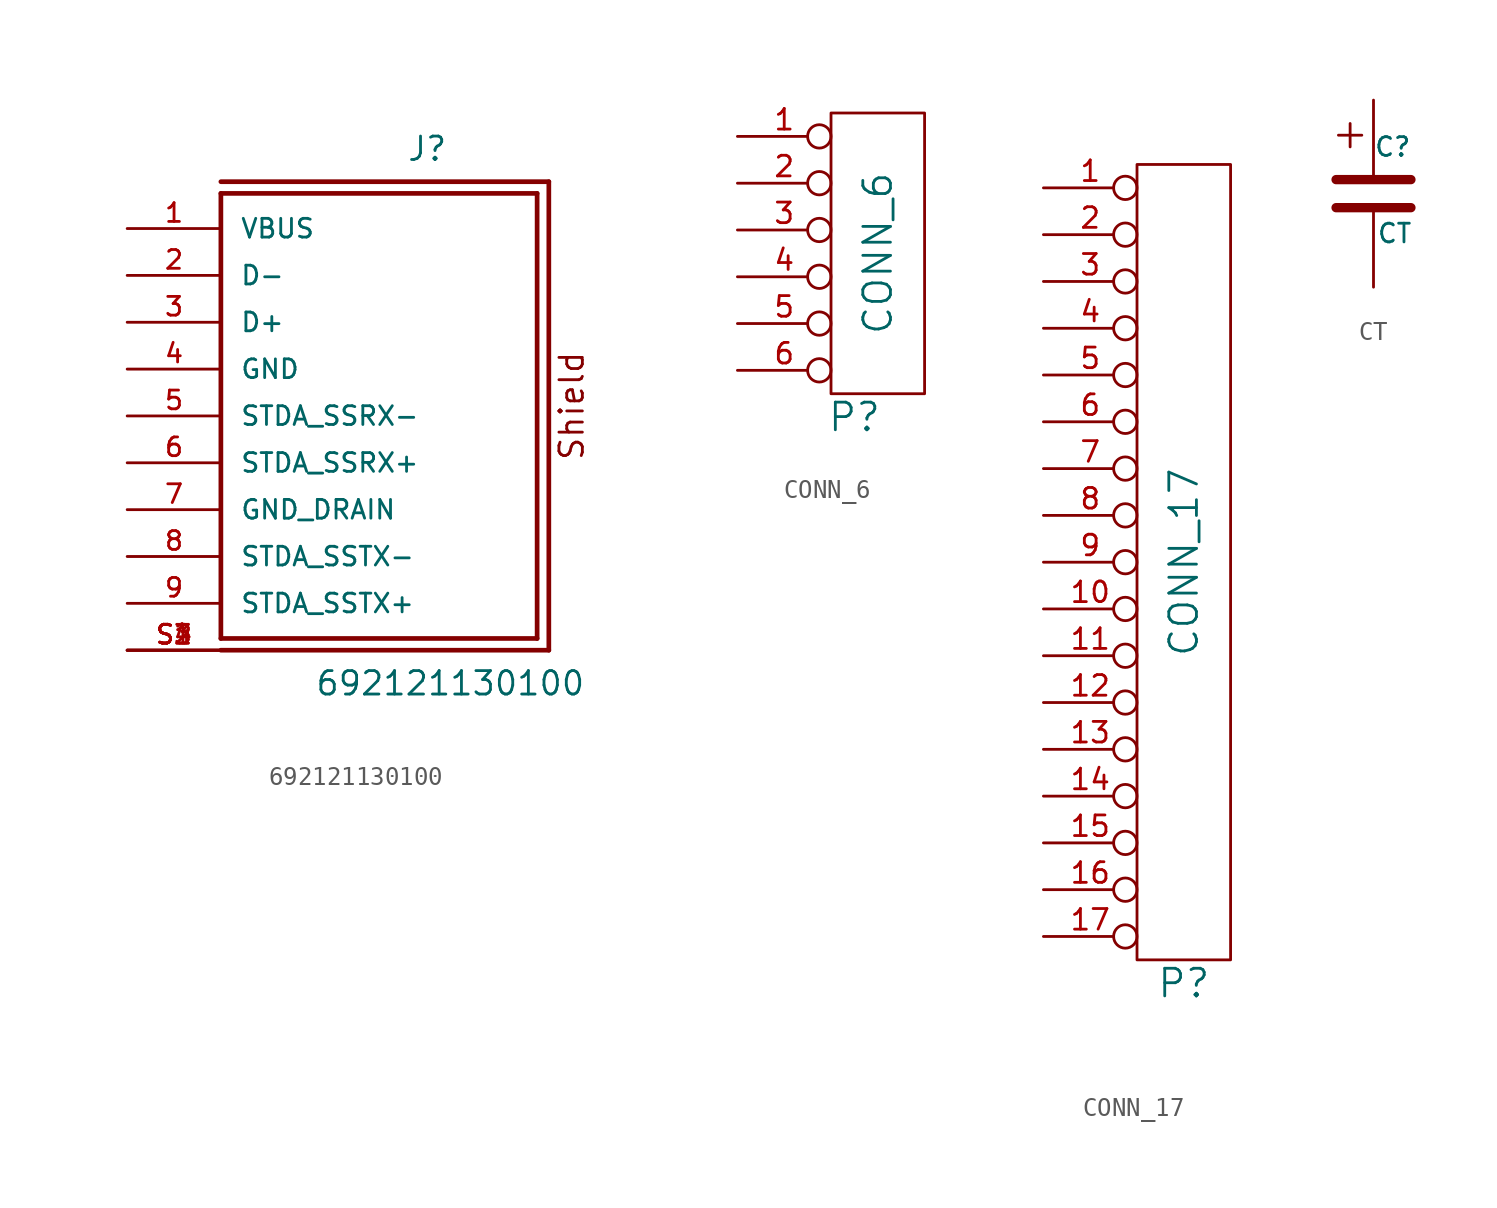
<source format=kicad_sym>
(kicad_symbol_lib
  (version 20201005)
  (generator kicad_symbol_editor)
  (symbol "692121130100"
    (pin_names
      (offset 1.016))
    (property "Reference" "J"
      (at -0.102 13.741 0)
      (effects (font (size 1.27 1.27)) (justify left bottom)))
    (property "Value" "692121130100"
      (at -5.08 -15.24 0)
      (effects (font (size 1.27 1.27)) (justify left bottom)))
    (property "ki_locked" ""
      (at 0 0 0)
      (effects (font (size 1.27 1.27))))
    (symbol "692121130100_0_0"
      (text "Shield" (at 9.601 -2.489 900) (effects (font (size 1.27 1.27)) (justify left bottom)))
      (polyline (pts (xy -10.16 -12.065) (xy -10.16 12.065)) (stroke (width 0.254)) (fill (type none)))
      (polyline (pts (xy -10.16 12.065) (xy 6.985 12.065)) (stroke (width 0.254)) (fill (type none)))
      (polyline (pts (xy 6.985 -12.065) (xy -10.16 -12.065)) (stroke (width 0.254)) (fill (type none)))
      (polyline (pts (xy 6.985 12.065) (xy 6.985 -12.065)) (stroke (width 0.254)) (fill (type none)))
      (polyline (pts (xy 7.62 -12.7) (xy -10.16 -12.7)) (stroke (width 0.254)) (fill (type none)))
      (polyline (pts (xy 7.62 12.7) (xy -10.16 12.7)) (stroke (width 0.254)) (fill (type none)))
      (polyline (pts (xy 7.62 12.7) (xy 7.62 -12.7)) (stroke (width 0.254)) (fill (type none)))
      (pin bidirectional line (at -15.24 10.16 0) (length 5.08) (name "VBUS" (effects (font (size 1.016 1.016)))) (number "1" (effects (font (size 1.016 1.016)))))
      (pin bidirectional line (at -15.24 7.62 0) (length 5.08) (name "D-" (effects (font (size 1.016 1.016)))) (number "2" (effects (font (size 1.016 1.016)))))
      (pin bidirectional line (at -15.24 5.08 0) (length 5.08) (name "D+" (effects (font (size 1.016 1.016)))) (number "3" (effects (font (size 1.016 1.016)))))
      (pin bidirectional line (at -15.24 2.54 0) (length 5.08) (name "GND" (effects (font (size 1.016 1.016)))) (number "4" (effects (font (size 1.016 1.016)))))
      (pin bidirectional line (at -15.24 0 0) (length 5.08) (name "STDA_SSRX-" (effects (font (size 1.016 1.016)))) (number "5" (effects (font (size 1.016 1.016)))))
      (pin bidirectional line (at -15.24 -2.54 0) (length 5.08) (name "STDA_SSRX+" (effects (font (size 1.016 1.016)))) (number "6" (effects (font (size 1.016 1.016)))))
      (pin bidirectional line (at -15.24 -5.08 0) (length 5.08) (name "GND_DRAIN" (effects (font (size 1.016 1.016)))) (number "7" (effects (font (size 1.016 1.016)))))
      (pin bidirectional line (at -15.24 -7.62 0) (length 5.08) (name "STDA_SSTX-" (effects (font (size 1.016 1.016)))) (number "8" (effects (font (size 1.016 1.016)))))
      (pin bidirectional line (at -15.24 -10.16 0) (length 5.08) (name "STDA_SSTX+" (effects (font (size 1.016 1.016)))) (number "9" (effects (font (size 1.016 1.016)))))
      (pin bidirectional line (at -15.24 -12.7 0) (length 5.08) (name "~" (effects (font (size 1.016 1.016)))) (number "S1" (effects (font (size 1.016 1.016)))))
      (pin bidirectional line (at -15.24 -12.7 0) (length 5.08) (name "~" (effects (font (size 1.016 1.016)))) (number "S2" (effects (font (size 1.016 1.016)))))
      (pin bidirectional line (at -15.24 -12.7 0) (length 5.08) (name "~" (effects (font (size 1.016 1.016)))) (number "S3" (effects (font (size 1.016 1.016)))))
      (pin bidirectional line (at -15.24 -12.7 0) (length 5.08) (name "~" (effects (font (size 1.016 1.016)))) (number "S4" (effects (font (size 1.016 1.016)))))))
  (symbol "CONN_6"
    (pin_names
      (offset 1.016))
    (property "Reference" "P"
      (at -1.27 -8.89 0)
      (effects (font (size 1.499 1.499))))
    (property "Value" "CONN_6"
      (at 0 0 90)
      (effects (font (size 1.499 1.499))))
    (property "Footprint" ""
      (at 0 0 0)
      (effects (font (size 1.524 1.524))))
    (property "Datasheet" ""
      (at 0 0 0)
      (effects (font (size 1.524 1.524))))
    (symbol "CONN_6_0_1"
      (rectangle (start -2.54 -7.62) (end 2.54 7.62) (stroke (width 0)) (fill (type none))))
    (symbol "CONN_6_1_1"
      (pin passive inverted (at -7.62 6.35 0) (length 5.08) (name "~" (effects (font (size 1.118 1.118)))) (number "1" (effects (font (size 1.118 1.118)))))
      (pin passive inverted (at -7.62 3.81 0) (length 5.08) (name "~" (effects (font (size 1.118 1.118)))) (number "2" (effects (font (size 1.118 1.118)))))
      (pin passive inverted (at -7.62 1.27 0) (length 5.08) (name "~" (effects (font (size 1.118 1.118)))) (number "3" (effects (font (size 1.118 1.118)))))
      (pin passive inverted (at -7.62 -1.27 0) (length 5.08) (name "~" (effects (font (size 1.118 1.118)))) (number "4" (effects (font (size 1.118 1.118)))))
      (pin passive inverted (at -7.62 -3.81 0) (length 5.08) (name "~" (effects (font (size 1.118 1.118)))) (number "5" (effects (font (size 1.118 1.118)))))
      (pin passive inverted (at -7.62 -6.35 0) (length 5.08) (name "~" (effects (font (size 1.118 1.118)))) (number "6" (effects (font (size 1.118 1.118)))))))
  (symbol "CONN_17"
    (pin_names
      (offset 1.016))
    (property "Reference" "P"
      (at 0 -22.86 0)
      (effects (font (size 1.499 1.499))))
    (property "Value" "CONN_17"
      (at 0 0 90)
      (effects (font (size 1.499 1.499))))
    (property "Footprint" ""
      (at 0 8.89 0)
      (effects (font (size 1.524 1.524))))
    (property "Datasheet" ""
      (at 0 8.89 0)
      (effects (font (size 1.524 1.524))))
    (symbol "CONN_17_0_1"
      (rectangle (start -2.54 -21.59) (end 2.54 21.59) (stroke (width 0)) (fill (type none))))
    (symbol "CONN_17_1_1"
      (pin passive inverted (at -7.62 20.32 0) (length 5.08) (name "~" (effects (font (size 1.118 1.118)))) (number "1" (effects (font (size 1.118 1.118)))))
      (pin passive inverted (at -7.62 -2.54 0) (length 5.08) (name "~" (effects (font (size 1.118 1.118)))) (number "10" (effects (font (size 1.118 1.118)))))
      (pin passive inverted (at -7.62 -5.08 0) (length 5.08) (name "~" (effects (font (size 1.118 1.118)))) (number "11" (effects (font (size 1.118 1.118)))))
      (pin passive inverted (at -7.62 -7.62 0) (length 5.08) (name "~" (effects (font (size 1.118 1.118)))) (number "12" (effects (font (size 1.118 1.118)))))
      (pin passive inverted (at -7.62 -10.16 0) (length 5.08) (name "~" (effects (font (size 1.118 1.118)))) (number "13" (effects (font (size 1.118 1.118)))))
      (pin passive inverted (at -7.62 -12.7 0) (length 5.08) (name "~" (effects (font (size 1.118 1.118)))) (number "14" (effects (font (size 1.118 1.118)))))
      (pin passive inverted (at -7.62 -15.24 0) (length 5.08) (name "~" (effects (font (size 1.118 1.118)))) (number "15" (effects (font (size 1.118 1.118)))))
      (pin passive inverted (at -7.62 -17.78 0) (length 5.08) (name "~" (effects (font (size 1.118 1.118)))) (number "16" (effects (font (size 1.118 1.118)))))
      (pin passive inverted (at -7.62 -20.32 0) (length 5.08) (name "~" (effects (font (size 1.118 1.118)))) (number "17" (effects (font (size 1.118 1.118)))))
      (pin passive inverted (at -7.62 17.78 0) (length 5.08) (name "~" (effects (font (size 1.118 1.118)))) (number "2" (effects (font (size 1.118 1.118)))))
      (pin passive inverted (at -7.62 15.24 0) (length 5.08) (name "~" (effects (font (size 1.118 1.118)))) (number "3" (effects (font (size 1.118 1.118)))))
      (pin passive inverted (at -7.62 12.7 0) (length 5.08) (name "~" (effects (font (size 1.118 1.118)))) (number "4" (effects (font (size 1.118 1.118)))))
      (pin passive inverted (at -7.62 10.16 0) (length 5.08) (name "~" (effects (font (size 1.118 1.118)))) (number "5" (effects (font (size 1.118 1.118)))))
      (pin passive inverted (at -7.62 7.62 0) (length 5.08) (name "~" (effects (font (size 1.118 1.118)))) (number "6" (effects (font (size 1.118 1.118)))))
      (pin passive inverted (at -7.62 5.08 0) (length 5.08) (name "~" (effects (font (size 1.118 1.118)))) (number "7" (effects (font (size 1.118 1.118)))))
      (pin passive inverted (at -7.62 2.54 0) (length 5.08) (name "~" (effects (font (size 1.118 1.118)))) (number "8" (effects (font (size 1.118 1.118)))))
      (pin passive inverted (at -7.62 0 0) (length 5.08) (name "~" (effects (font (size 1.118 1.118)))) (number "9" (effects (font (size 1.118 1.118)))))))
  (symbol "CT"
    (pin_numbers hide)
    (pin_names
      (offset 0.254))
    (property "Reference" "C"
      (at 0 2.54 0)
      (effects (font (size 1.016 1.016)) (justify left)))
    (property "Value" "CT"
      (at 0.152 -2.159 0)
      (effects (font (size 1.016 1.016)) (justify left)))
    (property "Footprint" ""
      (at 0.965 -3.81 0)
      (effects (font (size 0.762 0.762))))
    (property "Datasheet" ""
      (at 0 0 0)
      (effects (font (size 1.524 1.524))))
    (symbol "CT_0_1"
      (polyline (pts (xy -2.032 -0.762) (xy 2.032 -0.762)) (stroke (width 0.508)) (fill (type none)))
      (polyline (pts (xy -2.032 0.762) (xy 2.032 0.762)) (stroke (width 0.508)) (fill (type none)))
      (polyline (pts (xy -1.905 3.175) (xy -0.635 3.175)) (stroke (width 0)) (fill (type none)))
      (polyline (pts (xy -1.27 2.54) (xy -1.27 3.81)) (stroke (width 0)) (fill (type none))))
    (symbol "CT_1_1"
      (pin passive line (at 0 5.08 270) (length 4.318) (name "~" (effects (font (size 1.016 1.016)))) (number "1" (effects (font (size 1.016 1.016)))))
      (pin passive line (at 0 -5.08 90) (length 4.318) (name "~" (effects (font (size 1.016 1.016)))) (number "2" (effects (font (size 1.016 1.016))))))))
</source>
